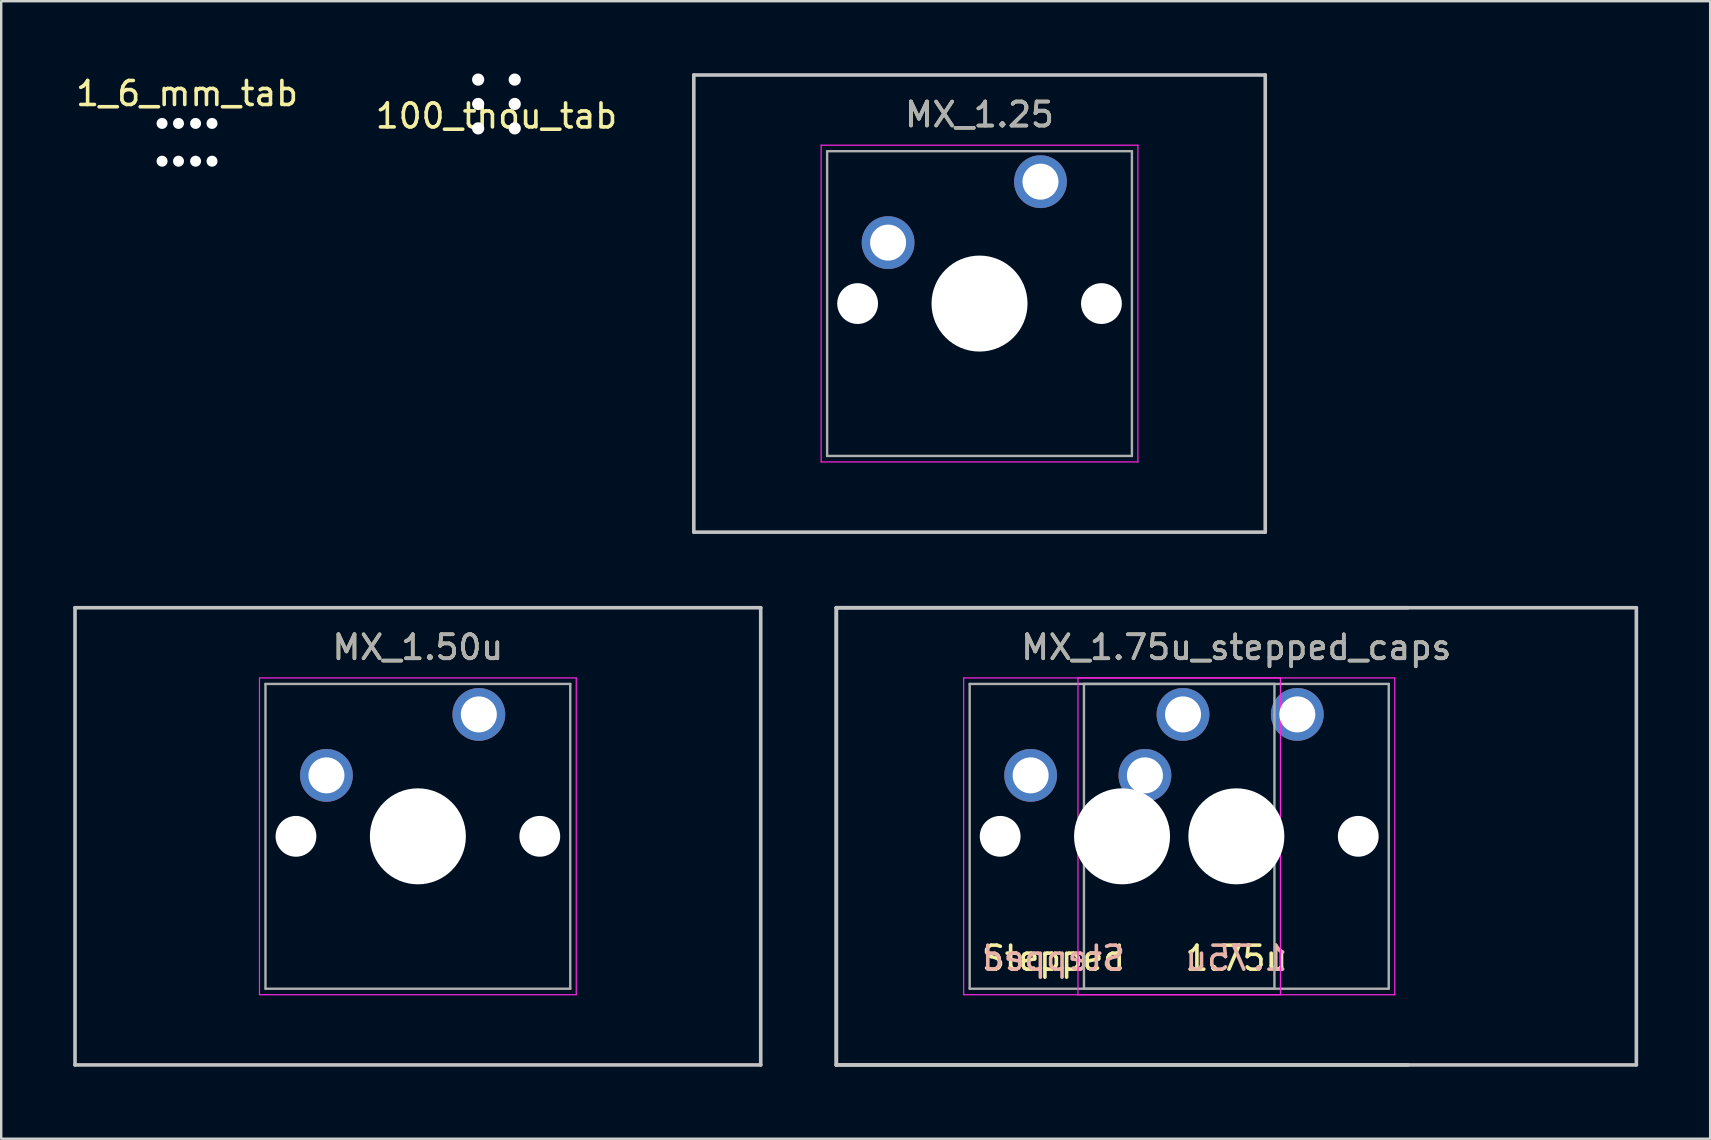
<source format=kicad_pcb>
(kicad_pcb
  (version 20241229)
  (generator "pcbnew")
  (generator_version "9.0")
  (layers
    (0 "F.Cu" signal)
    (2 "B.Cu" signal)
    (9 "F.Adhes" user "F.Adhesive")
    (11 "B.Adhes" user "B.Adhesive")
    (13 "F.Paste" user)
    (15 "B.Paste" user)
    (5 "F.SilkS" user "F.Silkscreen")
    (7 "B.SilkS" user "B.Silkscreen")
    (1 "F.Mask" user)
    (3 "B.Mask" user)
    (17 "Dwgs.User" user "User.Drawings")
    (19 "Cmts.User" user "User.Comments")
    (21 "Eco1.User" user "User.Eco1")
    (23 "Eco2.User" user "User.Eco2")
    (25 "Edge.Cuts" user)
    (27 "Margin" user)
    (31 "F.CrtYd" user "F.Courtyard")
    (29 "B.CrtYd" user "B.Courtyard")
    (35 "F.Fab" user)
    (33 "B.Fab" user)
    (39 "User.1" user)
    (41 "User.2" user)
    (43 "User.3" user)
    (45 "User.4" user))
  (footprint "1_6_mm_tab"
    (layer "F.Cu")
    (at 4.744 2.88)
    (property "Reference" "1_6_mm_tab" (at 0 -2.032 0) (layer "F.SilkS") (effects (font (size 1 1) (thickness 0.15))))
    (attr through_hole)
    (fp_line (start -1.803 -0.8) (end 1.803 -0.8) (stroke (width 0.025) (type solid)) (layer "Eco1.User"))
    (fp_line (start -1.803 0.8) (end -1.803 -0.8) (stroke (width 0.025) (type solid)) (layer "Eco1.User"))
    (fp_line (start -1.803 0.8) (end 1.803 0.8) (stroke (width 0.025) (type solid)) (layer "Eco1.User"))
    (fp_line (start 1.803 0.8) (end 1.803 -0.8) (stroke (width 0.025) (type solid)) (layer "Eco1.User"))
    (pad "" np_thru_hole circle (at -1.041 -0.787) (size 0.457 0.457) (drill 0.457) (layers "*.Cu" "*.Mask"))
    (pad "" np_thru_hole circle (at -1.041 0.787) (size 0.457 0.457) (drill 0.457) (layers "*.Cu" "*.Mask"))
    (pad "" np_thru_hole circle (at -0.356 -0.787) (size 0.457 0.457) (drill 0.457) (layers "*.Cu" "*.Mask"))
    (pad "" np_thru_hole circle (at -0.356 0.787) (size 0.457 0.457) (drill 0.457) (layers "*.Cu" "*.Mask"))
    (pad "" np_thru_hole circle (at 0.356 -0.787) (size 0.457 0.457) (drill 0.457) (layers "*.Cu" "*.Mask"))
    (pad "" np_thru_hole circle (at 0.356 0.787) (size 0.457 0.457) (drill 0.457) (layers "*.Cu" "*.Mask"))
    (pad "" np_thru_hole circle (at 1.041 -0.787) (size 0.457 0.457) (drill 0.457) (layers "*.Cu" "*.Mask"))
    (pad "" np_thru_hole circle (at 1.041 0.787) (size 0.457 0.457) (drill 0.457) (layers "*.Cu" "*.Mask")))
  (footprint "MX_1.25"
    (layer "F.Cu")
    (at 37.767 9.6)
    (property "Reference" "MX_1.25" (at 0 -7.874 0) (layer "F.SilkS") (effects (font (size 1 1) (thickness 0.15))))
    (attr through_hole)
    (fp_line (start -11.906 -9.525) (end 11.906 -9.525) (stroke (width 0.15) (type solid)) (layer "Dwgs.User"))
    (fp_line (start -11.906 9.525) (end -11.906 -9.525) (stroke (width 0.15) (type solid)) (layer "Dwgs.User"))
    (fp_line (start 11.906 -9.525) (end 11.906 9.525) (stroke (width 0.15) (type solid)) (layer "Dwgs.User"))
    (fp_line (start 11.906 9.525) (end -11.906 9.525) (stroke (width 0.15) (type solid)) (layer "Dwgs.User"))
    (fp_line (start -6.6 -6.6) (end 6.6 -6.6) (stroke (width 0.05) (type solid)) (layer "F.CrtYd"))
    (fp_line (start -6.6 6.6) (end -6.6 -6.6) (stroke (width 0.05) (type solid)) (layer "F.CrtYd"))
    (fp_line (start 6.6 -6.6) (end 6.6 6.6) (stroke (width 0.05) (type solid)) (layer "F.CrtYd"))
    (fp_line (start 6.6 6.6) (end -6.6 6.6) (stroke (width 0.05) (type solid)) (layer "F.CrtYd"))
    (fp_line (start -6.35 -6.35) (end 6.35 -6.35) (stroke (width 0.1) (type solid)) (layer "F.Fab"))
    (fp_line (start -6.35 6.35) (end -6.35 -6.35) (stroke (width 0.1) (type solid)) (layer "F.Fab"))
    (fp_line (start 6.35 -6.35) (end 6.35 6.35) (stroke (width 0.1) (type solid)) (layer "F.Fab"))
    (fp_line (start 6.35 6.35) (end -6.35 6.35) (stroke (width 0.1) (type solid)) (layer "F.Fab"))
    (fp_text user "${REFERENCE}" (at 0 -7.874 0) (layer "F.Fab") (effects (font (size 1 1) (thickness 0.15))))
    (pad "" np_thru_hole circle (at -5.08 0) (size 1.7 1.7) (drill 1.7) (layers "*.Cu" "*.Mask"))
    (pad "" np_thru_hole circle (at 0 0) (size 4 4) (drill 4) (layers "*.Cu" "*.Mask"))
    (pad "" np_thru_hole circle (at 5.08 0) (size 1.7 1.7) (drill 1.7) (layers "*.Cu" "*.Mask"))
    (pad "1" thru_hole circle (at 2.54 -5.08) (size 2.2 2.2) (drill 1.5) (layers "*.Cu" "*.Mask"))
    (pad "2" thru_hole circle (at -3.81 -2.54) (size 2.2 2.2) (drill 1.5) (layers "*.Cu" "*.Mask")))
  (footprint "MX_1.75u_stepped_caps"
    (layer "F.Cu")
    (at 48.469 31.8)
    (property "Reference" "MX_1.75u_stepped_caps" (at 0 -7.874 0) (layer "F.SilkS") (effects (font (size 1 1) (thickness 0.15))))
    (attr through_hole)
    (fp_line (start -16.669 -9.525) (end 7.144 -9.525) (stroke (width 0.15) (type solid)) (layer "Dwgs.User"))
    (fp_line (start -16.669 -9.525) (end 16.669 -9.525) (stroke (width 0.15) (type solid)) (layer "Dwgs.User"))
    (fp_line (start -16.669 9.525) (end -16.669 -9.525) (stroke (width 0.15) (type solid)) (layer "Dwgs.User"))
    (fp_line (start -16.669 9.525) (end -16.669 -9.525) (stroke (width 0.15) (type solid)) (layer "Dwgs.User"))
    (fp_line (start 7.144 9.525) (end -16.669 9.525) (stroke (width 0.15) (type solid)) (layer "Dwgs.User"))
    (fp_line (start 16.669 -9.525) (end 16.669 9.525) (stroke (width 0.15) (type solid)) (layer "Dwgs.User"))
    (fp_line (start 16.669 9.525) (end -16.669 9.525) (stroke (width 0.15) (type solid)) (layer "Dwgs.User"))
    (fp_line (start -11.363 -6.6) (end 1.837 -6.6) (stroke (width 0.05) (type solid)) (layer "F.CrtYd"))
    (fp_line (start -11.363 6.6) (end -11.363 -6.6) (stroke (width 0.05) (type solid)) (layer "F.CrtYd"))
    (fp_line (start -6.6 -6.6) (end 6.6 -6.6) (stroke (width 0.05) (type solid)) (layer "F.CrtYd"))
    (fp_line (start -6.6 6.6) (end -6.6 -6.6) (stroke (width 0.05) (type solid)) (layer "F.CrtYd"))
    (fp_line (start 1.837 -6.6) (end 1.837 6.6) (stroke (width 0.05) (type solid)) (layer "F.CrtYd"))
    (fp_line (start 1.837 6.6) (end -11.363 6.6) (stroke (width 0.05) (type solid)) (layer "F.CrtYd"))
    (fp_line (start 6.6 -6.6) (end 6.6 6.6) (stroke (width 0.05) (type solid)) (layer "F.CrtYd"))
    (fp_line (start 6.6 6.6) (end -6.6 6.6) (stroke (width 0.05) (type solid)) (layer "F.CrtYd"))
    (fp_line (start -11.113 -6.35) (end 1.587 -6.35) (stroke (width 0.1) (type solid)) (layer "F.Fab"))
    (fp_line (start -11.113 6.35) (end -11.113 -6.35) (stroke (width 0.1) (type solid)) (layer "F.Fab"))
    (fp_line (start -6.35 -6.35) (end 6.35 -6.35) (stroke (width 0.1) (type solid)) (layer "F.Fab"))
    (fp_line (start -6.35 6.35) (end -6.35 -6.35) (stroke (width 0.1) (type solid)) (layer "F.Fab"))
    (fp_line (start 1.587 -6.35) (end 1.587 6.35) (stroke (width 0.1) (type solid)) (layer "F.Fab"))
    (fp_line (start 1.587 6.35) (end -11.113 6.35) (stroke (width 0.1) (type solid)) (layer "F.Fab"))
    (fp_line (start 6.35 -6.35) (end 6.35 6.35) (stroke (width 0.1) (type solid)) (layer "F.Fab"))
    (fp_line (start 6.35 6.35) (end -6.35 6.35) (stroke (width 0.1) (type solid)) (layer "F.Fab"))
    (fp_text user "Stepped" (at -7.62 5.08 0) (layer "F.SilkS") (effects (font (size 1 1) (thickness 0.15))))
    (fp_text user "1.75u" (at 0 5.08 0) (layer "F.SilkS") (effects (font (size 1 1) (thickness 0.15))))
    (fp_text user "Stepped" (at -7.62 5.08 0) (layer "B.SilkS") (effects (font (size 1 1) (thickness 0.15)) (justify mirror)))
    (fp_text user "1.75u" (at 0 5.08 0) (layer "B.SilkS") (effects (font (size 1 1) (thickness 0.15)) (justify mirror)))
    (fp_text user "${REFERENCE}" (at 0 -7.874 0) (layer "F.Fab") (effects (font (size 1 1) (thickness 0.15))))
    (pad "" np_thru_hole circle (at -9.842 0) (size 1.7 1.7) (drill 1.7) (layers "*.Cu" "*.Mask"))
    (pad "" np_thru_hole circle (at -5.08 0) (size 1.7 1.7) (drill 1.7) (layers "*.Cu" "*.Mask"))
    (pad "" np_thru_hole circle (at -4.763 0) (size 4 4) (drill 4) (layers "*.Cu" "*.Mask"))
    (pad "" np_thru_hole circle (at 0 0) (size 4 4) (drill 4) (layers "*.Cu" "*.Mask"))
    (pad "" np_thru_hole circle (at 0.318 0) (size 1.7 1.7) (drill 1.7) (layers "*.Cu" "*.Mask"))
    (pad "" np_thru_hole circle (at 5.08 0) (size 1.7 1.7) (drill 1.7) (layers "*.Cu" "*.Mask"))
    (pad "1" thru_hole circle (at -2.223 -5.08) (size 2.2 2.2) (drill 1.5) (layers "*.Cu" "*.Mask"))
    (pad "1" thru_hole circle (at 2.54 -5.08) (size 2.2 2.2) (drill 1.5) (layers "*.Cu" "*.Mask"))
    (pad "2" thru_hole circle (at -8.572 -2.54) (size 2.2 2.2) (drill 1.5) (layers "*.Cu" "*.Mask"))
    (pad "2" thru_hole circle (at -3.81 -2.54) (size 2.2 2.2) (drill 1.5) (layers "*.Cu" "*.Mask")))
  (footprint "MX_1.50u"
    (layer "F.Cu")
    (at 14.363 31.8)
    (property "Reference" "MX_1.50u" (at 0 -7.874 0) (layer "F.SilkS") (effects (font (size 1 1) (thickness 0.15))))
    (attr through_hole)
    (fp_line (start -14.287 -9.525) (end 14.287 -9.525) (stroke (width 0.15) (type solid)) (layer "Dwgs.User"))
    (fp_line (start -14.287 9.525) (end -14.287 -9.525) (stroke (width 0.15) (type solid)) (layer "Dwgs.User"))
    (fp_line (start 14.287 -9.525) (end 14.287 9.525) (stroke (width 0.15) (type solid)) (layer "Dwgs.User"))
    (fp_line (start 14.287 9.525) (end -14.287 9.525) (stroke (width 0.15) (type solid)) (layer "Dwgs.User"))
    (fp_line (start -6.6 -6.6) (end 6.6 -6.6) (stroke (width 0.05) (type solid)) (layer "F.CrtYd"))
    (fp_line (start -6.6 6.6) (end -6.6 -6.6) (stroke (width 0.05) (type solid)) (layer "F.CrtYd"))
    (fp_line (start 6.6 -6.6) (end 6.6 6.6) (stroke (width 0.05) (type solid)) (layer "F.CrtYd"))
    (fp_line (start 6.6 6.6) (end -6.6 6.6) (stroke (width 0.05) (type solid)) (layer "F.CrtYd"))
    (fp_line (start -6.35 -6.35) (end 6.35 -6.35) (stroke (width 0.1) (type solid)) (layer "F.Fab"))
    (fp_line (start -6.35 6.35) (end -6.35 -6.35) (stroke (width 0.1) (type solid)) (layer "F.Fab"))
    (fp_line (start 6.35 -6.35) (end 6.35 6.35) (stroke (width 0.1) (type solid)) (layer "F.Fab"))
    (fp_line (start 6.35 6.35) (end -6.35 6.35) (stroke (width 0.1) (type solid)) (layer "F.Fab"))
    (fp_text user "${REFERENCE}" (at 0 -7.874 0) (layer "F.Fab") (effects (font (size 1 1) (thickness 0.15))))
    (pad "" np_thru_hole circle (at -5.08 0) (size 1.7 1.7) (drill 1.7) (layers "*.Cu" "*.Mask"))
    (pad "" np_thru_hole circle (at 0 0) (size 4 4) (drill 4) (layers "*.Cu" "*.Mask"))
    (pad "" np_thru_hole circle (at 5.08 0) (size 1.7 1.7) (drill 1.7) (layers "*.Cu" "*.Mask"))
    (pad "1" thru_hole circle (at 2.54 -5.08) (size 2.2 2.2) (drill 1.5) (layers "*.Cu" "*.Mask"))
    (pad "2" thru_hole circle (at -3.81 -2.54) (size 2.2 2.2) (drill 1.5) (layers "*.Cu" "*.Mask")))
  (footprint "100_thou_tab"
    (layer "F.Cu")
    (at 17.637 1.283)
    (property "Reference" "100_thou_tab" (at 0 0.5 0) (layer "F.SilkS") (effects (font (size 1 1) (thickness 0.15))))
    (attr through_hole)
    (fp_line (start -1.016 -1.27) (end 1.016 -1.27) (stroke (width 0.025) (type solid)) (layer "Eco1.User"))
    (fp_line (start -1.016 1.27) (end -1.016 -1.27) (stroke (width 0.025) (type solid)) (layer "Eco1.User"))
    (fp_line (start -1.016 1.27) (end 1.016 1.27) (stroke (width 0.025) (type solid)) (layer "Eco1.User"))
    (fp_line (start 1.016 1.27) (end 1.016 -1.27) (stroke (width 0.025) (type solid)) (layer "Eco1.User"))
    (pad "" np_thru_hole circle (at -0.762 -1.016) (size 0.508 0.508) (drill 0.508) (layers "*.Cu" "*.Mask"))
    (pad "" np_thru_hole circle (at -0.762 0) (size 0.508 0.508) (drill 0.508) (layers "*.Cu" "*.Mask"))
    (pad "" np_thru_hole circle (at -0.762 1.016) (size 0.508 0.508) (drill 0.508) (layers "*.Cu" "*.Mask"))
    (pad "" np_thru_hole circle (at 0.762 -1.016) (size 0.508 0.508) (drill 0.508) (layers "*.Cu" "*.Mask"))
    (pad "" np_thru_hole circle (at 0.762 0) (size 0.508 0.508) (drill 0.508) (layers "*.Cu" "*.Mask"))
    (pad "" np_thru_hole circle (at 0.762 1.016) (size 0.508 0.508) (drill 0.508) (layers "*.Cu" "*.Mask")))
  (gr_rect
    (start -3 -3)
    (end 68.213 44.4)
    (stroke (width 0.1) (type default))
    (fill no)
    (layer "Edge.Cuts")))
</source>
